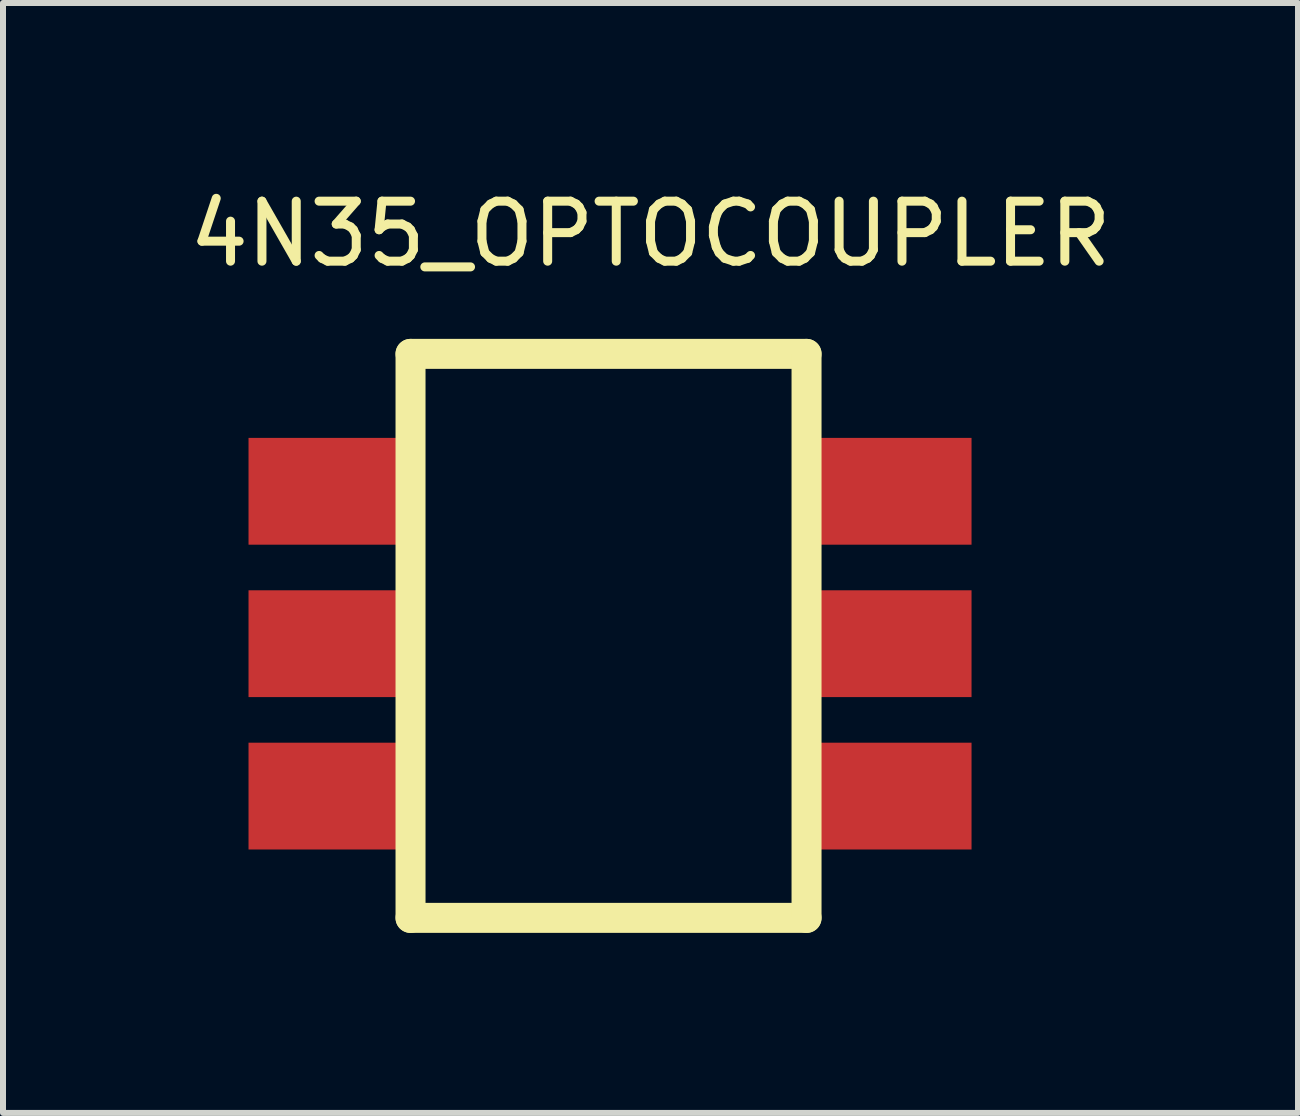
<source format=kicad_pcb>
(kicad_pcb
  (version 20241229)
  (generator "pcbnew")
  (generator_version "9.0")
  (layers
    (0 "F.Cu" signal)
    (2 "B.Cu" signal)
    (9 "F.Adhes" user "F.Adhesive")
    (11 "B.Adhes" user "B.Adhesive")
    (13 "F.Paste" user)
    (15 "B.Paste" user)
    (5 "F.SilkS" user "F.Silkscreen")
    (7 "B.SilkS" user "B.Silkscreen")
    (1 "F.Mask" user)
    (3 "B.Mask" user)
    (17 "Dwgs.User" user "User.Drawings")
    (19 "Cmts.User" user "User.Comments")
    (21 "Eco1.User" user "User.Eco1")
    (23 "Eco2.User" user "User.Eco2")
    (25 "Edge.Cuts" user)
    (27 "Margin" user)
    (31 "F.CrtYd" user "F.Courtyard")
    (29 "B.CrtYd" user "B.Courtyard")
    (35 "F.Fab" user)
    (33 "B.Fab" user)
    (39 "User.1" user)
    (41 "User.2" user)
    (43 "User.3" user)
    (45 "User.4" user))
  (footprint "4N35_OPTOCOUPLER"
    (layer "F.Cu")
    (at 3.792 2.848)
    (property "Reference" "4N35_OPTOCOUPLER" (at 4 -2 0) (layer "F.SilkS") (effects (font (size 1 1) (thickness 0.15))))
    (attr through_hole)
    (fp_line (start 0 0) (end 6.6 0) (stroke (width 0.5) (type solid)) (layer "F.SilkS"))
    (fp_line (start 0 9.4) (end 0 0) (stroke (width 0.5) (type solid)) (layer "F.SilkS"))
    (fp_line (start 0 9.4) (end 6.6 9.4) (stroke (width 0.5) (type solid)) (layer "F.SilkS"))
    (fp_line (start 6.6 0) (end 6.6 9.4) (stroke (width 0.5) (type solid)) (layer "F.SilkS"))
    (pad "1" smd rect (at -1.35 2.29) (size 2.7 1.78) (layers "F.Cu" "F.Mask" "F.Paste"))
    (pad "2" smd rect (at -1.35 4.83) (size 2.7 1.78) (layers "F.Cu" "F.Mask" "F.Paste"))
    (pad "3" smd rect (at -1.35 7.37) (size 2.7 1.78) (layers "F.Cu" "F.Mask" "F.Paste"))
    (pad "4" smd rect (at 8 7.37) (size 2.7 1.78) (layers "F.Cu" "F.Mask" "F.Paste"))
    (pad "5" smd rect (at 8 4.83) (size 2.7 1.78) (layers "F.Cu" "F.Mask" "F.Paste"))
    (pad "6" smd rect (at 8 2.29) (size 2.7 1.78) (layers "F.Cu" "F.Mask" "F.Paste")))
  (gr_rect
    (start -3 -3)
    (end 18.583 15.498)
    (stroke (width 0.1) (type default))
    (fill no)
    (layer "Edge.Cuts")))
</source>
